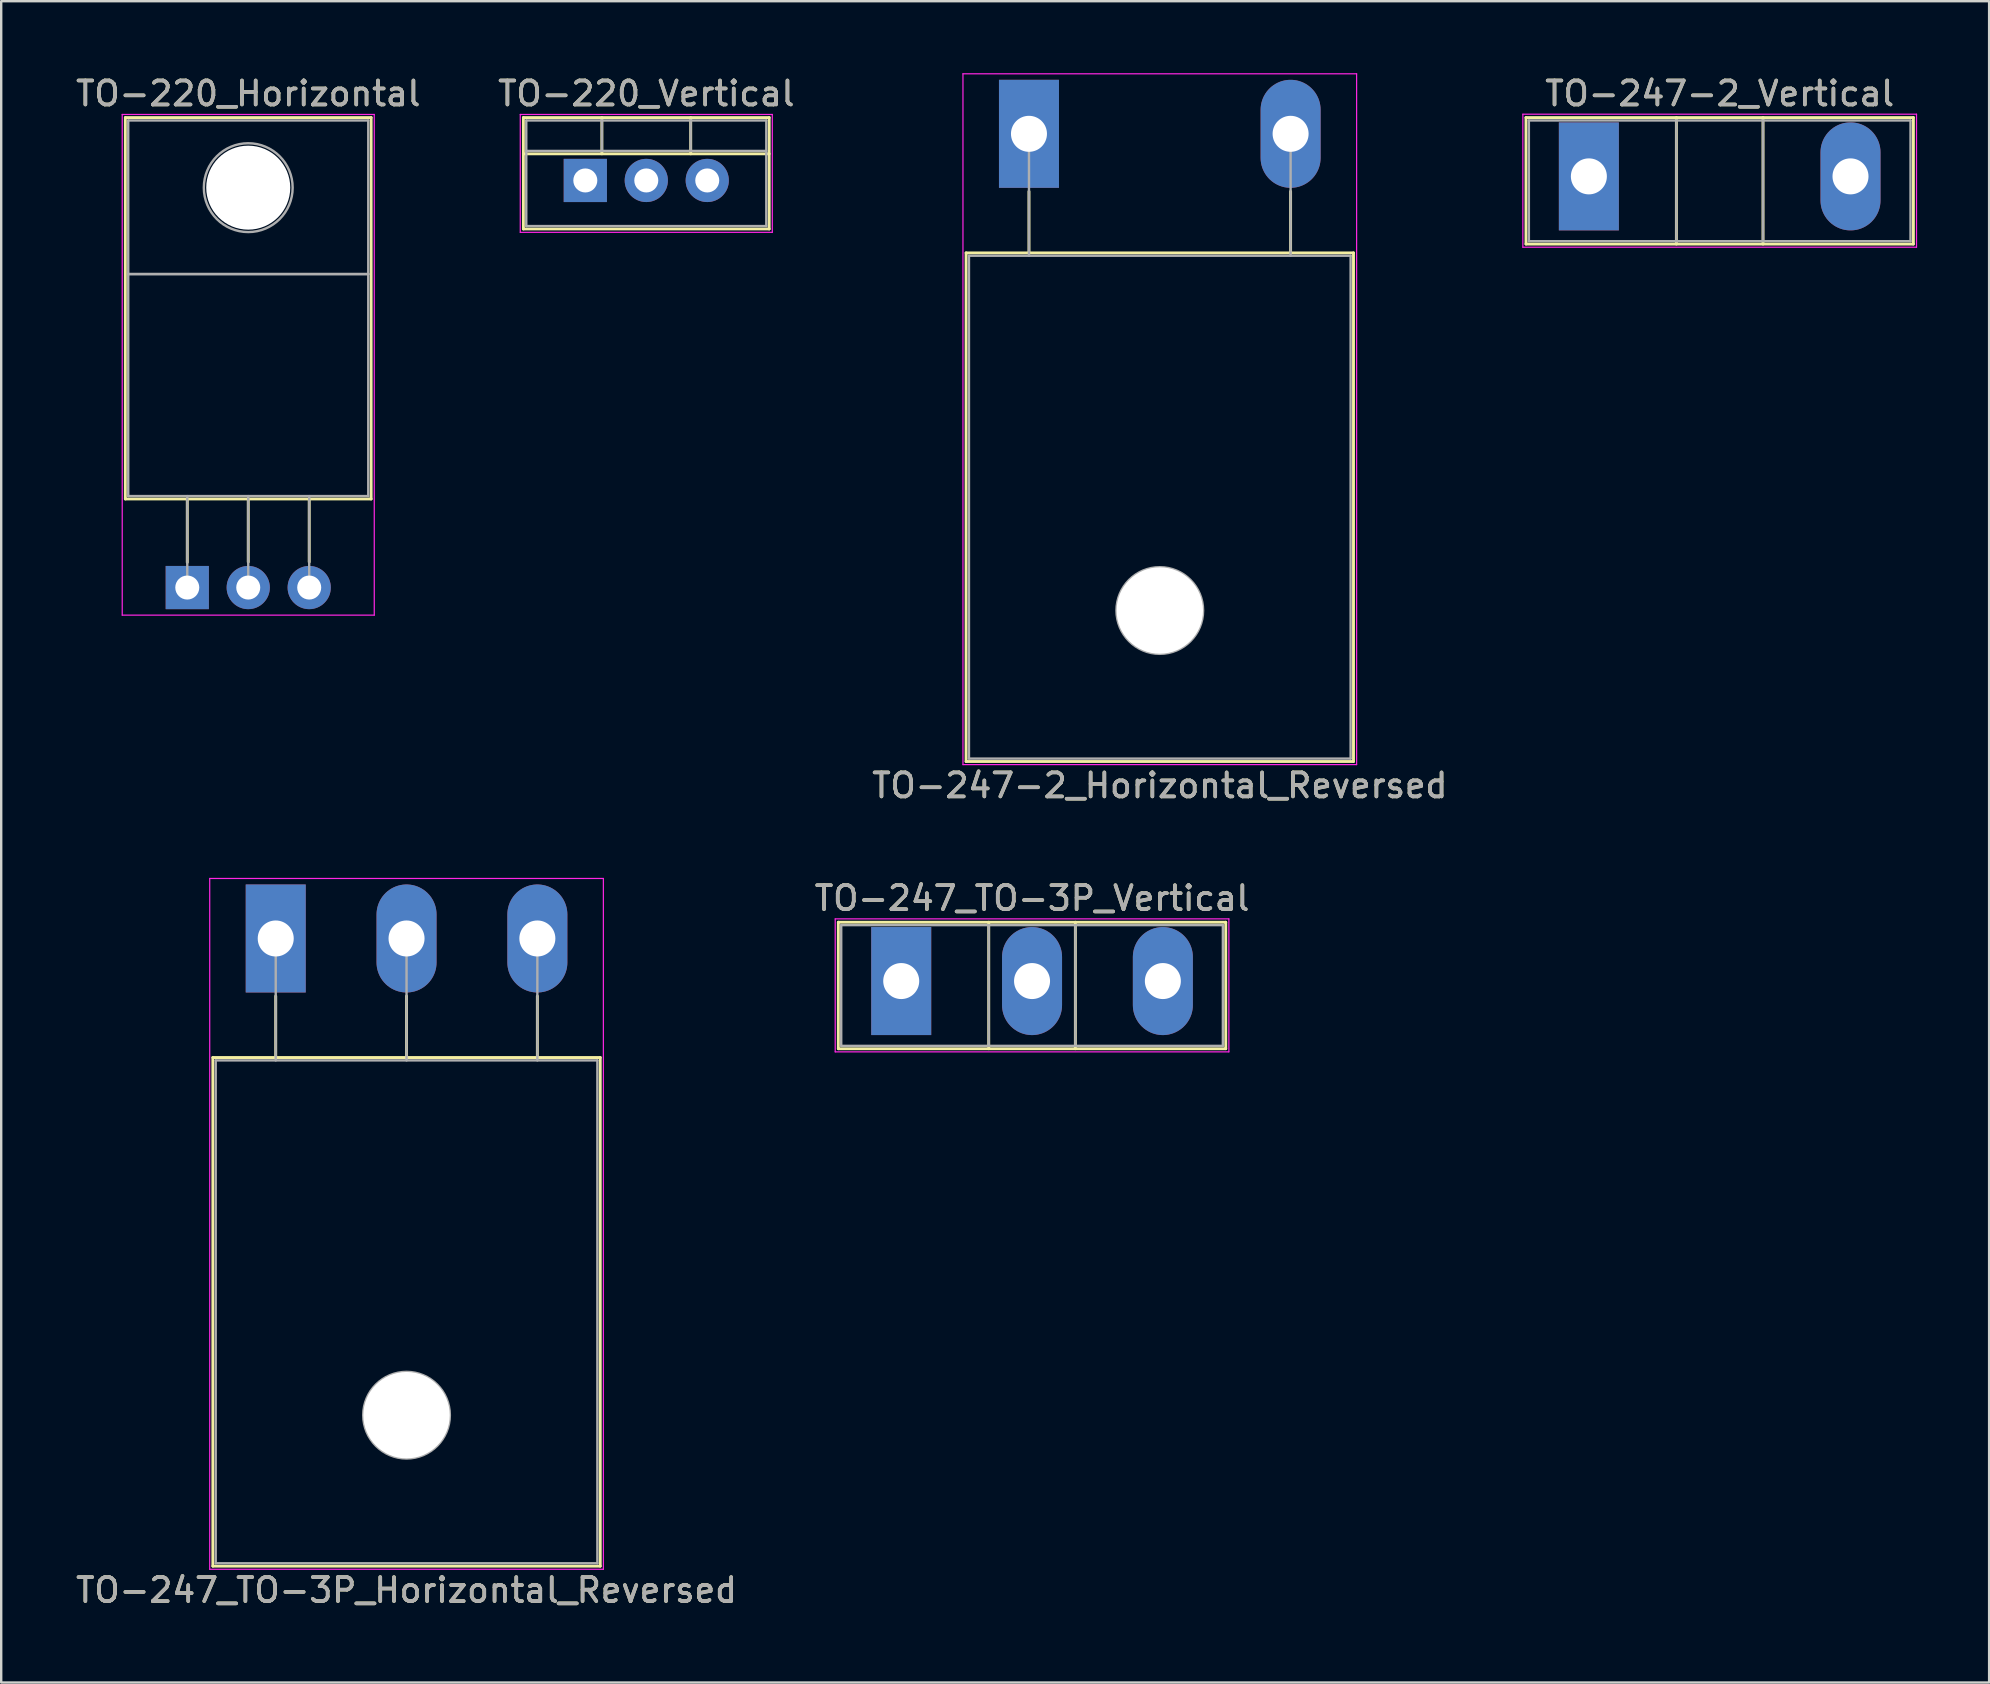
<source format=kicad_pcb>
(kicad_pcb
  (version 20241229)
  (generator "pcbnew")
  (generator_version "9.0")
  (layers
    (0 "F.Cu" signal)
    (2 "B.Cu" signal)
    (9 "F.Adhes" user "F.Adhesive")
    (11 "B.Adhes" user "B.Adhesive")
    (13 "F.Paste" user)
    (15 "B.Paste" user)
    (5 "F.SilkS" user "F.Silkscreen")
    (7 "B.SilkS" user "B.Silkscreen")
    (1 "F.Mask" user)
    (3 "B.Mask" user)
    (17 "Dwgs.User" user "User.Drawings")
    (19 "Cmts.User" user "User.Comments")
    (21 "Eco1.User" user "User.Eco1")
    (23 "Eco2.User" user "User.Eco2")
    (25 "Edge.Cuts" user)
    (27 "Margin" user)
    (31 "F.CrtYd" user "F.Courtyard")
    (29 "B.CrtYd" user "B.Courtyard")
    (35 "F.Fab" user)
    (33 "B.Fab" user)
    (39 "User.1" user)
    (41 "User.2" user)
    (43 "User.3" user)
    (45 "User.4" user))
  (footprint "TO-247_TO-3P_Vertical"
    (layer "F.Cu")
    (at 34.496 37.822)
    (property "Reference" "TO-247_TO-3P_Vertical" (at 5.45 -3.45 0) (layer "F.SilkS") (effects (font (size 1 1) (thickness 0.15))))
    (attr through_hole)
    (fp_line (start -2.62 -2.451) (end -2.62 2.82) (stroke (width 0.12) (type solid)) (layer "F.SilkS"))
    (fp_line (start -2.62 -2.451) (end 13.52 -2.451) (stroke (width 0.12) (type solid)) (layer "F.SilkS"))
    (fp_line (start -2.62 2.82) (end 13.52 2.82) (stroke (width 0.12) (type solid)) (layer "F.SilkS"))
    (fp_line (start 3.646 -2.451) (end 3.646 2.82) (stroke (width 0.12) (type solid)) (layer "F.SilkS"))
    (fp_line (start 7.255 -2.451) (end 7.255 2.82) (stroke (width 0.12) (type solid)) (layer "F.SilkS"))
    (fp_line (start 13.52 -2.451) (end 13.52 2.82) (stroke (width 0.12) (type solid)) (layer "F.SilkS"))
    (fp_line (start -2.75 -2.59) (end -2.75 2.95) (stroke (width 0.05) (type solid)) (layer "F.CrtYd"))
    (fp_line (start -2.75 2.95) (end 13.65 2.95) (stroke (width 0.05) (type solid)) (layer "F.CrtYd"))
    (fp_line (start 13.65 -2.59) (end -2.75 -2.59) (stroke (width 0.05) (type solid)) (layer "F.CrtYd"))
    (fp_line (start 13.65 2.95) (end 13.65 -2.59) (stroke (width 0.05) (type solid)) (layer "F.CrtYd"))
    (fp_line (start -2.5 -2.33) (end -2.5 2.7) (stroke (width 0.1) (type solid)) (layer "F.Fab"))
    (fp_line (start -2.5 2.7) (end 13.4 2.7) (stroke (width 0.1) (type solid)) (layer "F.Fab"))
    (fp_line (start 3.645 -2.33) (end 3.645 2.7) (stroke (width 0.1) (type solid)) (layer "F.Fab"))
    (fp_line (start 7.255 -2.33) (end 7.255 2.7) (stroke (width 0.1) (type solid)) (layer "F.Fab"))
    (fp_line (start 13.4 -2.33) (end -2.5 -2.33) (stroke (width 0.1) (type solid)) (layer "F.Fab"))
    (fp_line (start 13.4 2.7) (end 13.4 -2.33) (stroke (width 0.1) (type solid)) (layer "F.Fab"))
    (fp_text user "${REFERENCE}" (at 5.45 -3.45 0) (layer "F.Fab") (effects (font (size 1 1) (thickness 0.15))))
    (pad "1" thru_hole rect (at 0 0) (size 2.5 4.5) (drill 1.5) (layers "*.Cu" "*.Mask"))
    (pad "2" thru_hole oval (at 5.45 0) (size 2.5 4.5) (drill 1.5) (layers "*.Cu" "*.Mask"))
    (pad "3" thru_hole oval (at 10.9 0) (size 2.5 4.5) (drill 1.5) (layers "*.Cu" "*.Mask")))
  (footprint "TO-220_Vertical"
    (layer "F.Cu")
    (at 21.335 4.468)
    (property "Reference" "TO-220_Vertical" (at 2.54 -3.62 0) (layer "F.SilkS") (effects (font (size 1 1) (thickness 0.15))))
    (attr through_hole)
    (fp_line (start -2.58 -2.62) (end -2.58 2.021) (stroke (width 0.12) (type solid)) (layer "F.SilkS"))
    (fp_line (start -2.58 -2.62) (end 7.66 -2.62) (stroke (width 0.12) (type solid)) (layer "F.SilkS"))
    (fp_line (start -2.58 -1.11) (end 7.66 -1.11) (stroke (width 0.12) (type solid)) (layer "F.SilkS"))
    (fp_line (start -2.58 2.021) (end 7.66 2.021) (stroke (width 0.12) (type solid)) (layer "F.SilkS"))
    (fp_line (start 0.69 -2.62) (end 0.69 -1.11) (stroke (width 0.12) (type solid)) (layer "F.SilkS"))
    (fp_line (start 4.391 -2.62) (end 4.391 -1.11) (stroke (width 0.12) (type solid)) (layer "F.SilkS"))
    (fp_line (start 7.66 -2.62) (end 7.66 2.021) (stroke (width 0.12) (type solid)) (layer "F.SilkS"))
    (fp_line (start -2.71 -2.75) (end -2.71 2.16) (stroke (width 0.05) (type solid)) (layer "F.CrtYd"))
    (fp_line (start -2.71 2.16) (end 7.79 2.16) (stroke (width 0.05) (type solid)) (layer "F.CrtYd"))
    (fp_line (start 7.79 -2.75) (end -2.71 -2.75) (stroke (width 0.05) (type solid)) (layer "F.CrtYd"))
    (fp_line (start 7.79 2.16) (end 7.79 -2.75) (stroke (width 0.05) (type solid)) (layer "F.CrtYd"))
    (fp_line (start -2.46 -2.5) (end -2.46 1.9) (stroke (width 0.1) (type solid)) (layer "F.Fab"))
    (fp_line (start -2.46 -1.23) (end 7.54 -1.23) (stroke (width 0.1) (type solid)) (layer "F.Fab"))
    (fp_line (start -2.46 1.9) (end 7.54 1.9) (stroke (width 0.1) (type solid)) (layer "F.Fab"))
    (fp_line (start 0.69 -2.5) (end 0.69 -1.23) (stroke (width 0.1) (type solid)) (layer "F.Fab"))
    (fp_line (start 4.39 -2.5) (end 4.39 -1.23) (stroke (width 0.1) (type solid)) (layer "F.Fab"))
    (fp_line (start 7.54 -2.5) (end -2.46 -2.5) (stroke (width 0.1) (type solid)) (layer "F.Fab"))
    (fp_line (start 7.54 1.9) (end 7.54 -2.5) (stroke (width 0.1) (type solid)) (layer "F.Fab"))
    (fp_text user "${REFERENCE}" (at 2.54 -3.62 0) (layer "F.Fab") (effects (font (size 1 1) (thickness 0.15))))
    (pad "1" thru_hole rect (at 0 0) (size 1.8 1.8) (drill 1) (layers "*.Cu" "*.Mask"))
    (pad "2" thru_hole oval (at 2.54 0) (size 1.8 1.8) (drill 1) (layers "*.Cu" "*.Mask"))
    (pad "3" thru_hole oval (at 5.08 0) (size 1.8 1.8) (drill 1) (layers "*.Cu" "*.Mask")))
  (footprint "TO-220_Horizontal"
    (layer "F.Cu")
    (at 4.752 21.428)
    (property "Reference" "TO-220_Horizontal" (at 2.54 -20.58 0) (layer "F.SilkS") (effects (font (size 1 1) (thickness 0.15))))
    (attr through_hole)
    (fp_line (start -2.58 -19.58) (end -2.58 -3.69) (stroke (width 0.12) (type solid)) (layer "F.SilkS"))
    (fp_line (start -2.58 -19.58) (end 7.66 -19.58) (stroke (width 0.12) (type solid)) (layer "F.SilkS"))
    (fp_line (start -2.58 -3.69) (end 7.66 -3.69) (stroke (width 0.12) (type solid)) (layer "F.SilkS"))
    (fp_line (start 0 -3.69) (end 0 -1.05) (stroke (width 0.12) (type solid)) (layer "F.SilkS"))
    (fp_line (start 2.54 -3.69) (end 2.54 -1.066) (stroke (width 0.12) (type solid)) (layer "F.SilkS"))
    (fp_line (start 5.08 -3.69) (end 5.08 -1.066) (stroke (width 0.12) (type solid)) (layer "F.SilkS"))
    (fp_line (start 7.66 -19.58) (end 7.66 -3.69) (stroke (width 0.12) (type solid)) (layer "F.SilkS"))
    (fp_line (start -2.71 -19.71) (end -2.71 1.15) (stroke (width 0.05) (type solid)) (layer "F.CrtYd"))
    (fp_line (start -2.71 1.15) (end 7.79 1.15) (stroke (width 0.05) (type solid)) (layer "F.CrtYd"))
    (fp_line (start 7.79 -19.71) (end -2.71 -19.71) (stroke (width 0.05) (type solid)) (layer "F.CrtYd"))
    (fp_line (start 7.79 1.15) (end 7.79 -19.71) (stroke (width 0.05) (type solid)) (layer "F.CrtYd"))
    (fp_line (start -2.46 -19.46) (end 7.54 -19.46) (stroke (width 0.1) (type solid)) (layer "F.Fab"))
    (fp_line (start -2.46 -13.06) (end -2.46 -19.46) (stroke (width 0.1) (type solid)) (layer "F.Fab"))
    (fp_line (start -2.46 -13.06) (end 7.54 -13.06) (stroke (width 0.1) (type solid)) (layer "F.Fab"))
    (fp_line (start -2.46 -3.81) (end -2.46 -13.06) (stroke (width 0.1) (type solid)) (layer "F.Fab"))
    (fp_line (start 0 -3.81) (end 0 0) (stroke (width 0.1) (type solid)) (layer "F.Fab"))
    (fp_line (start 2.54 -3.81) (end 2.54 0) (stroke (width 0.1) (type solid)) (layer "F.Fab"))
    (fp_line (start 5.08 -3.81) (end 5.08 0) (stroke (width 0.1) (type solid)) (layer "F.Fab"))
    (fp_line (start 7.54 -19.46) (end 7.54 -13.06) (stroke (width 0.1) (type solid)) (layer "F.Fab"))
    (fp_line (start 7.54 -13.06) (end -2.46 -13.06) (stroke (width 0.1) (type solid)) (layer "F.Fab"))
    (fp_line (start 7.54 -13.06) (end 7.54 -3.81) (stroke (width 0.1) (type solid)) (layer "F.Fab"))
    (fp_line (start 7.54 -3.81) (end -2.46 -3.81) (stroke (width 0.1) (type solid)) (layer "F.Fab"))
    (fp_circle (center 2.54 -16.66) (end 4.39 -16.66) (stroke (width 0.1) (type solid)) (fill no) (layer "F.Fab"))
    (fp_text user "${REFERENCE}" (at 2.54 -20.58 0) (layer "F.Fab") (effects (font (size 1 1) (thickness 0.15))))
    (pad "" np_thru_hole oval (at 2.54 -16.66) (size 3.5 3.5) (drill 3.5) (layers "*.Cu" "*.Mask"))
    (pad "1" thru_hole rect (at 0 0) (size 1.8 1.8) (drill 1) (layers "*.Cu" "*.Mask"))
    (pad "2" thru_hole oval (at 2.54 0) (size 1.8 1.8) (drill 1) (layers "*.Cu" "*.Mask"))
    (pad "3" thru_hole oval (at 5.08 0) (size 1.8 1.8) (drill 1) (layers "*.Cu" "*.Mask")))
  (footprint "TO-247_TO-3P_Horizontal_Reversed"
    (layer "F.Cu")
    (at 8.437 36.048)
    (property "Reference" "TO-247_TO-3P_Horizontal_Reversed" (at 5.45 27.15 0) (layer "F.SilkS") (effects (font (size 1 1) (thickness 0.15))))
    (attr through_hole)
    (fp_line (start -2.62 4.96) (end -2.62 26.15) (stroke (width 0.12) (type solid)) (layer "F.SilkS"))
    (fp_line (start -2.62 4.96) (end 13.52 4.96) (stroke (width 0.12) (type solid)) (layer "F.SilkS"))
    (fp_line (start -2.62 26.15) (end 13.52 26.15) (stroke (width 0.12) (type solid)) (layer "F.SilkS"))
    (fp_line (start 0 2.4) (end 0 4.96) (stroke (width 0.12) (type solid)) (layer "F.SilkS"))
    (fp_line (start 5.45 2.4) (end 5.45 4.96) (stroke (width 0.12) (type solid)) (layer "F.SilkS"))
    (fp_line (start 10.9 2.4) (end 10.9 4.96) (stroke (width 0.12) (type solid)) (layer "F.SilkS"))
    (fp_line (start 13.52 4.96) (end 13.52 26.15) (stroke (width 0.12) (type solid)) (layer "F.SilkS"))
    (fp_line (start -2.75 -2.5) (end -2.75 26.28) (stroke (width 0.05) (type solid)) (layer "F.CrtYd"))
    (fp_line (start -2.75 26.28) (end 13.65 26.28) (stroke (width 0.05) (type solid)) (layer "F.CrtYd"))
    (fp_line (start 13.65 -2.5) (end -2.75 -2.5) (stroke (width 0.05) (type solid)) (layer "F.CrtYd"))
    (fp_line (start 13.65 26.28) (end 13.65 -2.5) (stroke (width 0.05) (type solid)) (layer "F.CrtYd"))
    (fp_line (start -2.5 5.08) (end -2.5 26.03) (stroke (width 0.1) (type solid)) (layer "F.Fab"))
    (fp_line (start -2.5 26.03) (end 13.4 26.03) (stroke (width 0.1) (type solid)) (layer "F.Fab"))
    (fp_line (start 0 5.08) (end 0 0) (stroke (width 0.1) (type solid)) (layer "F.Fab"))
    (fp_line (start 5.45 5.08) (end 5.45 0) (stroke (width 0.1) (type solid)) (layer "F.Fab"))
    (fp_line (start 10.9 5.08) (end 10.9 0) (stroke (width 0.1) (type solid)) (layer "F.Fab"))
    (fp_line (start 13.4 5.08) (end -2.5 5.08) (stroke (width 0.1) (type solid)) (layer "F.Fab"))
    (fp_line (start 13.4 26.03) (end 13.4 5.08) (stroke (width 0.1) (type solid)) (layer "F.Fab"))
    (fp_circle (center 5.45 19.86) (end 7.255 19.86) (stroke (width 0.1) (type solid)) (fill no) (layer "F.Fab"))
    (fp_text user "${REFERENCE}" (at 5.45 27.15 0) (layer "F.Fab") (effects (font (size 1 1) (thickness 0.15))))
    (pad "" np_thru_hole oval (at 5.45 19.86) (size 3.6 3.6) (drill 3.6) (layers "*.Cu" "*.Mask"))
    (pad "1" thru_hole rect (at 0 0) (size 2.5 4.5) (drill 1.5) (layers "*.Cu" "*.Mask"))
    (pad "2" thru_hole oval (at 5.45 0) (size 2.5 4.5) (drill 1.5) (layers "*.Cu" "*.Mask"))
    (pad "3" thru_hole oval (at 10.9 0) (size 2.5 4.5) (drill 1.5) (layers "*.Cu" "*.Mask")))
  (footprint "TO-247-2_Vertical"
    (layer "F.Cu")
    (at 63.144 4.298)
    (property "Reference" "TO-247-2_Vertical" (at 5.45 -3.45 0) (layer "F.SilkS") (effects (font (size 1 1) (thickness 0.15))))
    (attr through_hole)
    (fp_line (start -2.62 -2.451) (end -2.62 2.82) (stroke (width 0.12) (type solid)) (layer "F.SilkS"))
    (fp_line (start -2.62 -2.451) (end 13.52 -2.451) (stroke (width 0.12) (type solid)) (layer "F.SilkS"))
    (fp_line (start -2.62 2.82) (end 13.52 2.82) (stroke (width 0.12) (type solid)) (layer "F.SilkS"))
    (fp_line (start 3.646 -2.451) (end 3.646 2.82) (stroke (width 0.12) (type solid)) (layer "F.SilkS"))
    (fp_line (start 7.255 -2.451) (end 7.255 2.82) (stroke (width 0.12) (type solid)) (layer "F.SilkS"))
    (fp_line (start 13.52 -2.451) (end 13.52 2.82) (stroke (width 0.12) (type solid)) (layer "F.SilkS"))
    (fp_line (start -2.75 -2.59) (end -2.75 2.95) (stroke (width 0.05) (type solid)) (layer "F.CrtYd"))
    (fp_line (start -2.75 2.95) (end 13.65 2.95) (stroke (width 0.05) (type solid)) (layer "F.CrtYd"))
    (fp_line (start 13.65 -2.59) (end -2.75 -2.59) (stroke (width 0.05) (type solid)) (layer "F.CrtYd"))
    (fp_line (start 13.65 2.95) (end 13.65 -2.59) (stroke (width 0.05) (type solid)) (layer "F.CrtYd"))
    (fp_line (start -2.5 -2.33) (end -2.5 2.7) (stroke (width 0.1) (type solid)) (layer "F.Fab"))
    (fp_line (start -2.5 2.7) (end 13.4 2.7) (stroke (width 0.1) (type solid)) (layer "F.Fab"))
    (fp_line (start 3.645 -2.33) (end 3.645 2.7) (stroke (width 0.1) (type solid)) (layer "F.Fab"))
    (fp_line (start 7.255 -2.33) (end 7.255 2.7) (stroke (width 0.1) (type solid)) (layer "F.Fab"))
    (fp_line (start 13.4 -2.33) (end -2.5 -2.33) (stroke (width 0.1) (type solid)) (layer "F.Fab"))
    (fp_line (start 13.4 2.7) (end 13.4 -2.33) (stroke (width 0.1) (type solid)) (layer "F.Fab"))
    (fp_text user "${REFERENCE}" (at 5.45 -3.45 0) (layer "F.Fab") (effects (font (size 1 1) (thickness 0.15))))
    (pad "1" thru_hole rect (at 0 0) (size 2.5 4.5) (drill 1.5) (layers "*.Cu" "*.Mask"))
    (pad "2" thru_hole oval (at 10.9 0) (size 2.5 4.5) (drill 1.5) (layers "*.Cu" "*.Mask")))
  (footprint "TO-247-2_Horizontal_Reversed"
    (layer "F.Cu")
    (at 39.818 2.525)
    (property "Reference" "TO-247-2_Horizontal_Reversed" (at 5.45 27.15 0) (layer "F.SilkS") (effects (font (size 1 1) (thickness 0.15))))
    (attr through_hole)
    (fp_line (start -2.62 4.96) (end -2.62 26.15) (stroke (width 0.12) (type solid)) (layer "F.SilkS"))
    (fp_line (start -2.62 4.96) (end 13.52 4.96) (stroke (width 0.12) (type solid)) (layer "F.SilkS"))
    (fp_line (start -2.62 26.15) (end 13.52 26.15) (stroke (width 0.12) (type solid)) (layer "F.SilkS"))
    (fp_line (start 0 2.4) (end 0 4.96) (stroke (width 0.12) (type solid)) (layer "F.SilkS"))
    (fp_line (start 10.9 2.4) (end 10.9 4.96) (stroke (width 0.12) (type solid)) (layer "F.SilkS"))
    (fp_line (start 13.52 4.96) (end 13.52 26.15) (stroke (width 0.12) (type solid)) (layer "F.SilkS"))
    (fp_line (start -2.75 -2.5) (end -2.75 26.28) (stroke (width 0.05) (type solid)) (layer "F.CrtYd"))
    (fp_line (start -2.75 26.28) (end 13.65 26.28) (stroke (width 0.05) (type solid)) (layer "F.CrtYd"))
    (fp_line (start 13.65 -2.5) (end -2.75 -2.5) (stroke (width 0.05) (type solid)) (layer "F.CrtYd"))
    (fp_line (start 13.65 26.28) (end 13.65 -2.5) (stroke (width 0.05) (type solid)) (layer "F.CrtYd"))
    (fp_line (start -2.5 5.08) (end -2.5 26.03) (stroke (width 0.1) (type solid)) (layer "F.Fab"))
    (fp_line (start -2.5 26.03) (end 13.4 26.03) (stroke (width 0.1) (type solid)) (layer "F.Fab"))
    (fp_line (start 0 5.08) (end 0 0) (stroke (width 0.1) (type solid)) (layer "F.Fab"))
    (fp_line (start 10.9 5.08) (end 10.9 0) (stroke (width 0.1) (type solid)) (layer "F.Fab"))
    (fp_line (start 13.4 5.08) (end -2.5 5.08) (stroke (width 0.1) (type solid)) (layer "F.Fab"))
    (fp_line (start 13.4 26.03) (end 13.4 5.08) (stroke (width 0.1) (type solid)) (layer "F.Fab"))
    (fp_circle (center 5.45 19.86) (end 7.255 19.86) (stroke (width 0.1) (type solid)) (fill no) (layer "F.Fab"))
    (fp_text user "${REFERENCE}" (at 5.45 27.15 0) (layer "F.Fab") (effects (font (size 1 1) (thickness 0.15))))
    (pad "" np_thru_hole oval (at 5.45 19.86) (size 3.6 3.6) (drill 3.6) (layers "*.Cu" "*.Mask"))
    (pad "1" thru_hole rect (at 0 0) (size 2.5 4.5) (drill 1.5) (layers "*.Cu" "*.Mask"))
    (pad "2" thru_hole oval (at 10.9 0) (size 2.5 4.5) (drill 1.5) (layers "*.Cu" "*.Mask")))
  (gr_rect
    (start -3 -3)
    (end 79.819 67.046)
    (stroke (width 0.1) (type default))
    (fill no)
    (layer "Edge.Cuts")))
</source>
